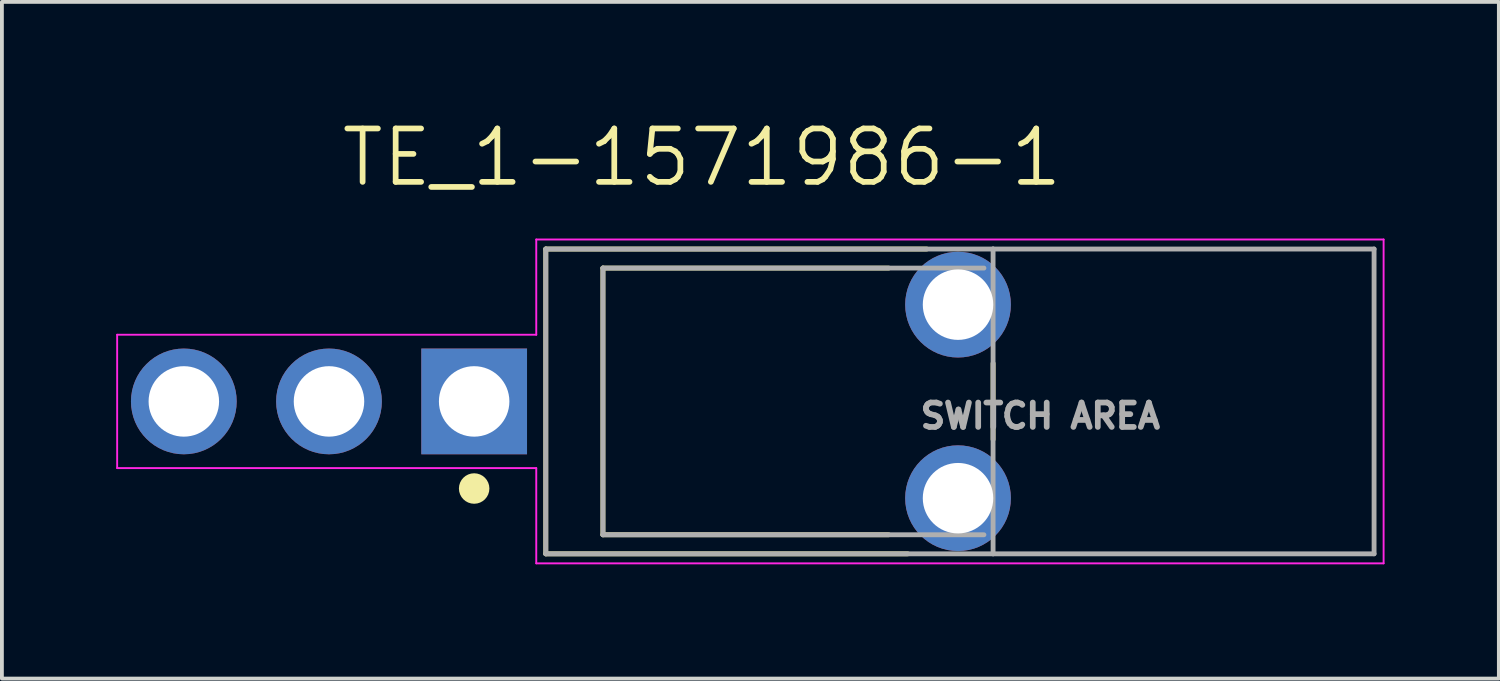
<source format=kicad_pcb>
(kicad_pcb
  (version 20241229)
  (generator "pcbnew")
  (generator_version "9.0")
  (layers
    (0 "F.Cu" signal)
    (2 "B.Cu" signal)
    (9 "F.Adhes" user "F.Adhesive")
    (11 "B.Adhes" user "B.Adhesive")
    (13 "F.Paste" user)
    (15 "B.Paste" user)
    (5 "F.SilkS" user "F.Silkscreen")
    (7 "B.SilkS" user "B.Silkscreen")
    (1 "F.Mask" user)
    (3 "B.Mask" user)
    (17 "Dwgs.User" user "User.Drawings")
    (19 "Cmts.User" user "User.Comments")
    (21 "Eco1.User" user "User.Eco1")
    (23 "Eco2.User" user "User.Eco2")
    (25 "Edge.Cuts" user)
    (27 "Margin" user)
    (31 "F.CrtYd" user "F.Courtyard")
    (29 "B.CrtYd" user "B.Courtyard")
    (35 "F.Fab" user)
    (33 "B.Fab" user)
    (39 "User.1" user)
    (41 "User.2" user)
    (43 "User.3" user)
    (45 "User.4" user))
  (footprint "TE_1-1571986-1"
    (layer "F.Cu")
    (at 9.395 7.486)
    (property "Reference" "TE_1-1571986-1" (at 5.979 -6.403 0) (layer "F.SilkS") (effects (font (size 1.401 1.401) (thickness 0.15))))
    (attr through_hole)
    (fp_line (start 1.88 -4) (end 1.88 4) (stroke (width 0.127) (type solid)) (layer "F.SilkS"))
    (fp_line (start 1.88 4) (end 11.38 4) (stroke (width 0.127) (type solid)) (layer "F.SilkS"))
    (fp_line (start 3.38 -3.5) (end 3.38 3.5) (stroke (width 0.127) (type solid)) (layer "F.SilkS"))
    (fp_line (start 3.38 3.5) (end 10.88 3.5) (stroke (width 0.127) (type solid)) (layer "F.SilkS"))
    (fp_line (start 10.88 -3.5) (end 3.38 -3.5) (stroke (width 0.127) (type solid)) (layer "F.SilkS"))
    (fp_line (start 11.88 -4) (end 1.88 -4) (stroke (width 0.127) (type solid)) (layer "F.SilkS"))
    (fp_line (start 13.62 -1) (end 13.62 1) (stroke (width 0.127) (type solid)) (layer "F.SilkS"))
    (fp_circle (center 0 2.286) (end 0.2 2.286) (stroke (width 0.4) (type solid)) (fill no) (layer "F.SilkS"))
    (fp_line (start -9.37 -1.75) (end -9.37 1.75) (stroke (width 0.05) (type solid)) (layer "F.CrtYd"))
    (fp_line (start -9.37 1.75) (end 1.63 1.75) (stroke (width 0.05) (type solid)) (layer "F.CrtYd"))
    (fp_line (start 1.63 -4.25) (end 1.63 -1.75) (stroke (width 0.05) (type solid)) (layer "F.CrtYd"))
    (fp_line (start 1.63 -1.75) (end -9.37 -1.75) (stroke (width 0.05) (type solid)) (layer "F.CrtYd"))
    (fp_line (start 1.63 1.75) (end 1.63 4.25) (stroke (width 0.05) (type solid)) (layer "F.CrtYd"))
    (fp_line (start 1.63 4.25) (end 23.87 4.25) (stroke (width 0.05) (type solid)) (layer "F.CrtYd"))
    (fp_line (start 23.87 -4.25) (end 1.63 -4.25) (stroke (width 0.05) (type solid)) (layer "F.CrtYd"))
    (fp_line (start 23.87 4.25) (end 23.87 -4.25) (stroke (width 0.05) (type solid)) (layer "F.CrtYd"))
    (fp_line (start 1.88 -4) (end 13.62 -4) (stroke (width 0.127) (type solid)) (layer "F.Fab"))
    (fp_line (start 1.88 4) (end 1.88 -4) (stroke (width 0.127) (type solid)) (layer "F.Fab"))
    (fp_line (start 3.38 -3.5) (end 3.38 3.5) (stroke (width 0.127) (type solid)) (layer "F.Fab"))
    (fp_line (start 3.38 3.5) (end 13.38 3.5) (stroke (width 0.127) (type solid)) (layer "F.Fab"))
    (fp_line (start 13.38 -3.5) (end 3.38 -3.5) (stroke (width 0.127) (type solid)) (layer "F.Fab"))
    (fp_line (start 13.62 -4) (end 13.62 4) (stroke (width 0.127) (type solid)) (layer "F.Fab"))
    (fp_line (start 13.62 -4) (end 23.62 -4) (stroke (width 0.127) (type solid)) (layer "F.Fab"))
    (fp_line (start 13.62 4) (end 1.88 4) (stroke (width 0.127) (type solid)) (layer "F.Fab"))
    (fp_line (start 23.62 -4) (end 23.62 4) (stroke (width 0.127) (type solid)) (layer "F.Fab"))
    (fp_line (start 23.62 4) (end 13.62 4) (stroke (width 0.127) (type solid)) (layer "F.Fab"))
    (fp_text user "SWITCH AREA" (at 14.86 0.381 0) (layer "F.Fab") (effects (font (size 0.64 0.64) (thickness 0.15))))
    (pad "1" thru_hole rect (at 0 0) (size 2.775 2.775) (drill 1.85) (layers "*.Cu" "*.Mask"))
    (pad "2" thru_hole circle (at -3.81 0) (size 2.775 2.775) (drill 1.85) (layers "*.Cu" "*.Mask"))
    (pad "3" thru_hole circle (at -7.62 0) (size 2.775 2.775) (drill 1.85) (layers "*.Cu" "*.Mask"))
    (pad "S1" thru_hole circle (at 12.7 2.54) (size 2.775 2.775) (drill 1.85) (layers "*.Cu" "*.Mask"))
    (pad "S2" thru_hole circle (at 12.7 -2.54) (size 2.775 2.775) (drill 1.85) (layers "*.Cu" "*.Mask")))
  (gr_rect
    (start -3 -3)
    (end 36.29 14.761)
    (stroke (width 0.1) (type default))
    (fill no)
    (layer "Edge.Cuts")))
</source>
